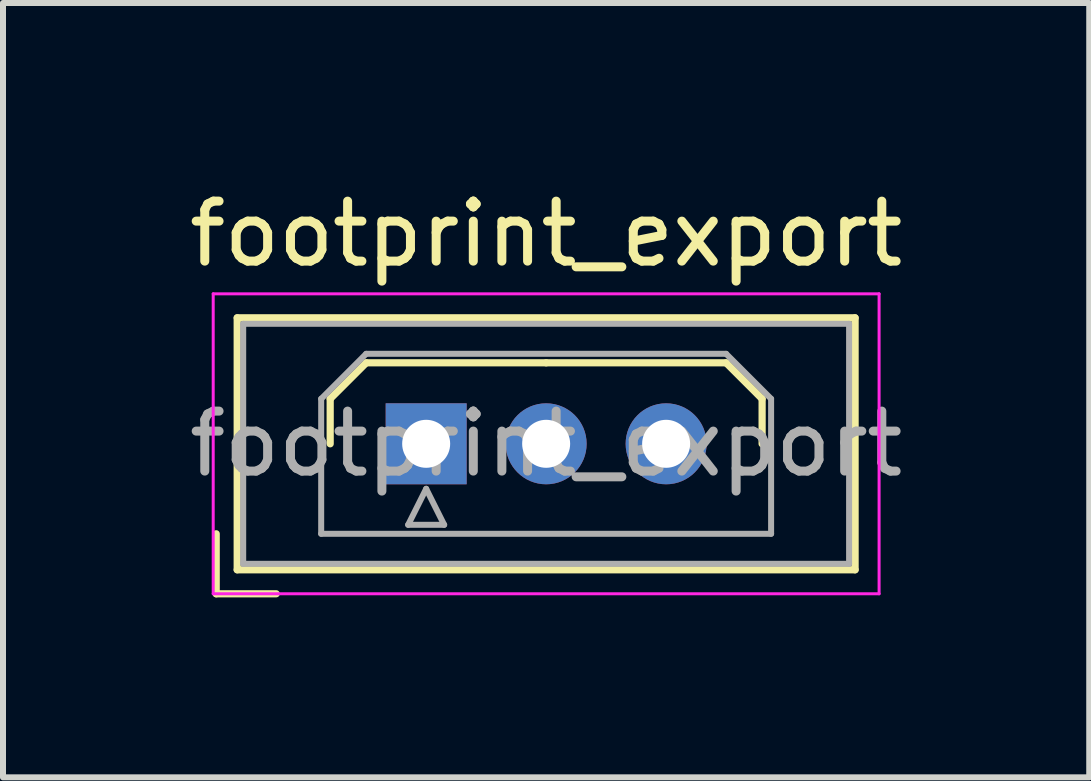
<source format=kicad_pcb>
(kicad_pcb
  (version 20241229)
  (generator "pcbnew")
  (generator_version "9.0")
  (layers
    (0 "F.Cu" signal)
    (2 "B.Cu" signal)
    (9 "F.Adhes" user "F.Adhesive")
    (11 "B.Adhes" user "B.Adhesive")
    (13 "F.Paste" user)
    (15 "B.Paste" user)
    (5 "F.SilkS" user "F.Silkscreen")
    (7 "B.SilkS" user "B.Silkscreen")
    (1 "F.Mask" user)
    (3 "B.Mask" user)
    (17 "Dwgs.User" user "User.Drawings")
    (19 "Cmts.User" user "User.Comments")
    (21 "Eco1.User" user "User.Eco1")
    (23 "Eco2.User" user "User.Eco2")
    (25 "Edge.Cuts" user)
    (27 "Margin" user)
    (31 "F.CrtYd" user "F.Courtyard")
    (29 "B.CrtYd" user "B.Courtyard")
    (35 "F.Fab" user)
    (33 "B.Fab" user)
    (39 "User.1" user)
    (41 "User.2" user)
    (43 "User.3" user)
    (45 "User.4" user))
  (footprint "footprint_export"
    (layer "F.Cu")
    (at 4.054 4.348)
    (property "Reference" "footprint_export" (at 2 -3.5 0) (layer "F.SilkS") (effects (font (size 1 1) (thickness 0.15))))
    (attr through_hole)
    (fp_line (start -3.5 1.5) (end -3.5 2.5) (stroke (width 0.12) (type solid)) (layer "F.SilkS"))
    (fp_line (start -3.5 2.5) (end -2.5 2.5) (stroke (width 0.12) (type solid)) (layer "F.SilkS"))
    (fp_line (start -3.15 -2.1) (end -3.15 2.1) (stroke (width 0.12) (type solid)) (layer "F.SilkS"))
    (fp_line (start -3.15 2.1) (end 7.15 2.1) (stroke (width 0.12) (type solid)) (layer "F.SilkS"))
    (fp_line (start -1.6 -0.75) (end -1 -1.35) (stroke (width 0.12) (type solid)) (layer "F.SilkS"))
    (fp_line (start -1.6 0) (end -1.6 -0.75) (stroke (width 0.12) (type solid)) (layer "F.SilkS"))
    (fp_line (start -1 -1.35) (end 2 -1.35) (stroke (width 0.12) (type solid)) (layer "F.SilkS"))
    (fp_line (start 5 -1.35) (end 2 -1.35) (stroke (width 0.12) (type solid)) (layer "F.SilkS"))
    (fp_line (start 5.6 -0.75) (end 5 -1.35) (stroke (width 0.12) (type solid)) (layer "F.SilkS"))
    (fp_line (start 5.6 0) (end 5.6 -0.75) (stroke (width 0.12) (type solid)) (layer "F.SilkS"))
    (fp_line (start 7.15 -2.1) (end -3.15 -2.1) (stroke (width 0.12) (type solid)) (layer "F.SilkS"))
    (fp_line (start 7.15 2.1) (end 7.15 -2.1) (stroke (width 0.12) (type solid)) (layer "F.SilkS"))
    (fp_line (start -3.55 -2.5) (end -3.55 2.5) (stroke (width 0.05) (type solid)) (layer "F.CrtYd"))
    (fp_line (start -3.55 2.5) (end 7.55 2.5) (stroke (width 0.05) (type solid)) (layer "F.CrtYd"))
    (fp_line (start 7.55 -2.5) (end -3.55 -2.5) (stroke (width 0.05) (type solid)) (layer "F.CrtYd"))
    (fp_line (start 7.55 2.5) (end 7.55 -2.5) (stroke (width 0.05) (type solid)) (layer "F.CrtYd"))
    (fp_line (start -3.05 -2) (end -3.05 2) (stroke (width 0.1) (type solid)) (layer "F.Fab"))
    (fp_line (start -3.05 2) (end 7.05 2) (stroke (width 0.1) (type solid)) (layer "F.Fab"))
    (fp_line (start -1.75 -0.75) (end -1 -1.5) (stroke (width 0.1) (type solid)) (layer "F.Fab"))
    (fp_line (start -1.75 1.5) (end -1.75 -0.75) (stroke (width 0.1) (type solid)) (layer "F.Fab"))
    (fp_line (start -1 -1.5) (end 5 -1.5) (stroke (width 0.1) (type solid)) (layer "F.Fab"))
    (fp_line (start -0.3 1.35) (end 0.3 1.35) (stroke (width 0.1) (type solid)) (layer "F.Fab"))
    (fp_line (start 0 0.75) (end -0.3 1.35) (stroke (width 0.1) (type solid)) (layer "F.Fab"))
    (fp_line (start 0.3 1.35) (end 0 0.75) (stroke (width 0.1) (type solid)) (layer "F.Fab"))
    (fp_line (start 5 -1.5) (end 5.75 -0.75) (stroke (width 0.1) (type solid)) (layer "F.Fab"))
    (fp_line (start 5.75 -0.75) (end 5.75 1.5) (stroke (width 0.1) (type solid)) (layer "F.Fab"))
    (fp_line (start 5.75 1.5) (end -1.75 1.5) (stroke (width 0.1) (type solid)) (layer "F.Fab"))
    (fp_line (start 7.05 -2) (end -3.05 -2) (stroke (width 0.1) (type solid)) (layer "F.Fab"))
    (fp_line (start 7.05 2) (end 7.05 -2) (stroke (width 0.1) (type solid)) (layer "F.Fab"))
    (fp_text user "${REFERENCE}" (at 2 0 0) (layer "F.Fab") (effects (font (size 1 1) (thickness 0.15))))
    (pad "1" thru_hole rect (at 0 0) (size 1.35 1.35) (drill 0.8) (layers "*.Cu" "*.Mask"))
    (pad "2" thru_hole circle (at 2 0) (size 1.35 1.35) (drill 0.8) (layers "*.Cu" "*.Mask"))
    (pad "3" thru_hole circle (at 4 0) (size 1.35 1.35) (drill 0.8) (layers "*.Cu" "*.Mask")))
  (gr_rect
    (start -3 -3)
    (end 15.107 9.908)
    (stroke (width 0.1) (type default))
    (fill no)
    (layer "Edge.Cuts")))
</source>
